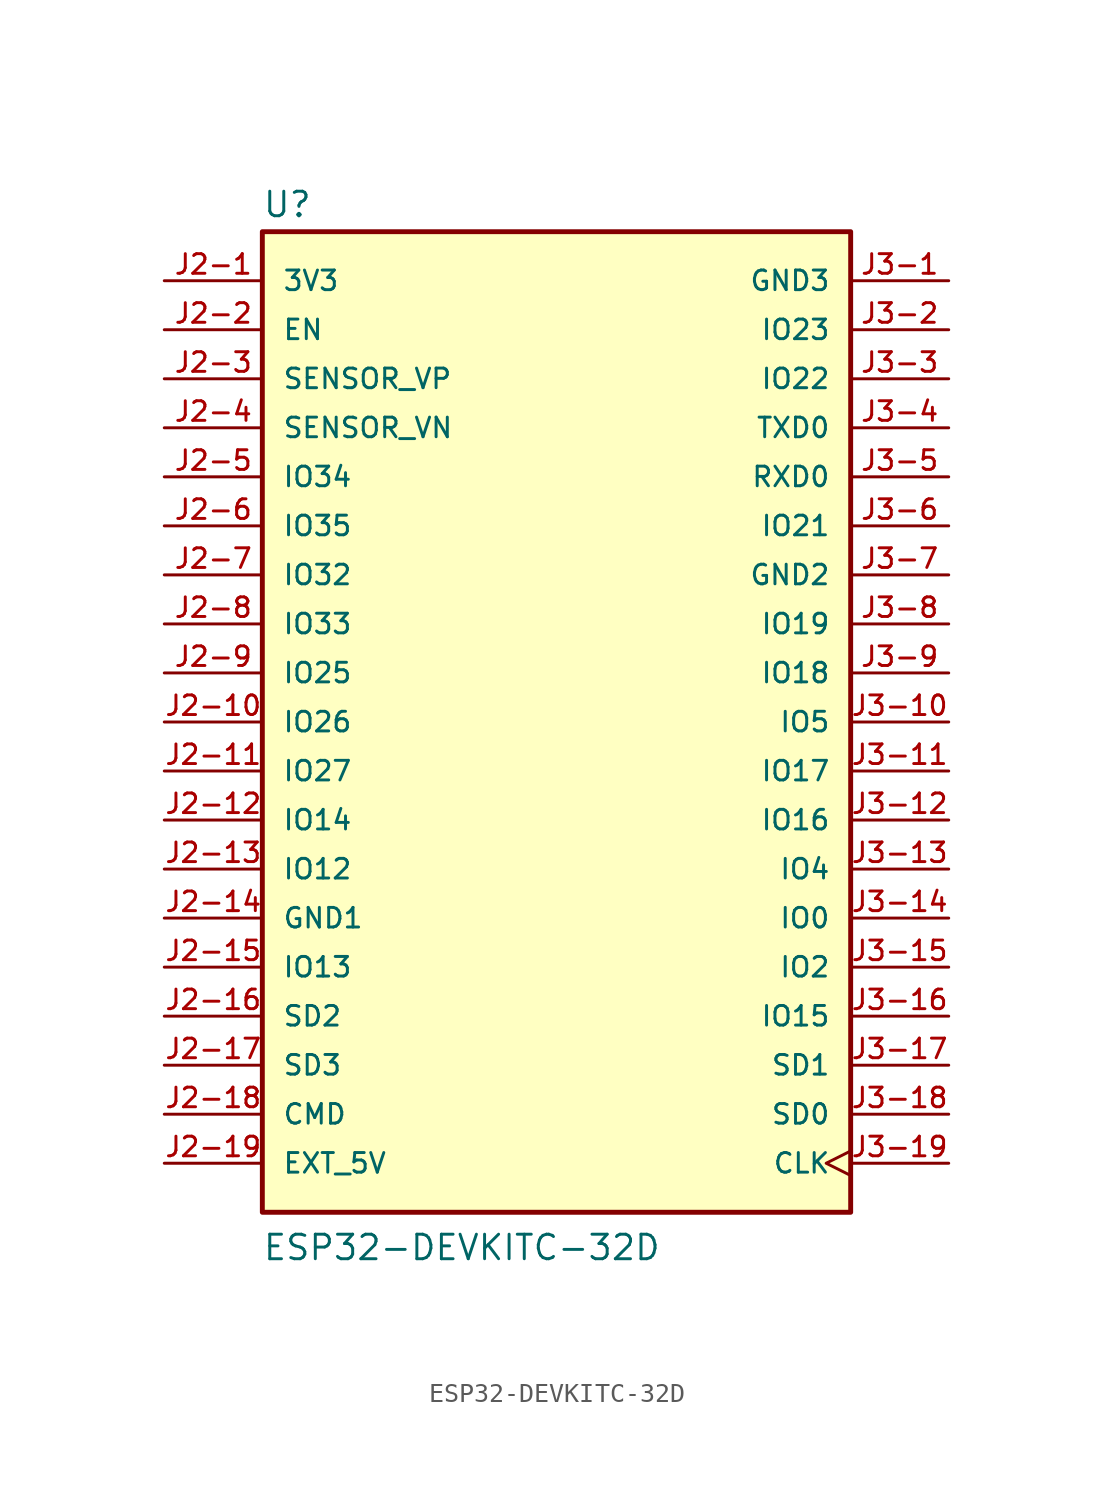
<source format=kicad_sym>
(kicad_symbol_lib
  (version 20241209)
  (generator "kicad_symbol_editor")
  (generator_version "9.0")
  (symbol "ESP32-DEVKITC-32D"
    (pin_names
      (offset 1.016))
    (property "Reference" "U"
      (at -15.257 26.064 0)
      (effects (font (size 1.27 1.27)) (justify left bottom)))
    (property "Value" "ESP32-DEVKITC-32D"
      (at -15.256 -27.97 0)
      (effects (font (size 1.27 1.27)) (justify left bottom)))
    (symbol "ESP32-DEVKITC-32D_0_0"
      (rectangle (start -15.24 25.4) (end 15.24 -25.4) (stroke (width 0.254) (type default)) (fill (type background)))
      (pin input line (at -20.32 20.32 0) (length 5.08) (name "EN" (effects (font (size 1.016 1.016)))) (number "J2-2" (effects (font (size 1.016 1.016)))))
      (pin input line (at -20.32 17.78 0) (length 5.08) (name "SENSOR_VP" (effects (font (size 1.016 1.016)))) (number "J2-3" (effects (font (size 1.016 1.016)))))
      (pin input line (at -20.32 15.24 0) (length 5.08) (name "SENSOR_VN" (effects (font (size 1.016 1.016)))) (number "J2-4" (effects (font (size 1.016 1.016)))))
      (pin bidirectional line (at -20.32 12.7 0) (length 5.08) (name "IO34" (effects (font (size 1.016 1.016)))) (number "J2-5" (effects (font (size 1.016 1.016)))))
      (pin bidirectional line (at -20.32 10.16 0) (length 5.08) (name "IO35" (effects (font (size 1.016 1.016)))) (number "J2-6" (effects (font (size 1.016 1.016)))))
      (pin bidirectional line (at -20.32 7.62 0) (length 5.08) (name "IO32" (effects (font (size 1.016 1.016)))) (number "J2-7" (effects (font (size 1.016 1.016)))))
      (pin bidirectional line (at -20.32 5.08 0) (length 5.08) (name "IO33" (effects (font (size 1.016 1.016)))) (number "J2-8" (effects (font (size 1.016 1.016)))))
      (pin bidirectional line (at -20.32 2.54 0) (length 5.08) (name "IO25" (effects (font (size 1.016 1.016)))) (number "J2-9" (effects (font (size 1.016 1.016)))))
      (pin bidirectional line (at -20.32 0 0) (length 5.08) (name "IO26" (effects (font (size 1.016 1.016)))) (number "J2-10" (effects (font (size 1.016 1.016)))))
      (pin bidirectional line (at -20.32 -2.54 0) (length 5.08) (name "IO27" (effects (font (size 1.016 1.016)))) (number "J2-11" (effects (font (size 1.016 1.016)))))
      (pin bidirectional line (at -20.32 -5.08 0) (length 5.08) (name "IO14" (effects (font (size 1.016 1.016)))) (number "J2-12" (effects (font (size 1.016 1.016)))))
      (pin bidirectional line (at -20.32 -7.62 0) (length 5.08) (name "IO12" (effects (font (size 1.016 1.016)))) (number "J2-13" (effects (font (size 1.016 1.016)))))
      (pin power_in line (at -20.32 -10.16 0) (length 5.08) (name "GND1" (effects (font (size 1.016 1.016)))) (number "J2-14" (effects (font (size 1.016 1.016)))))
      (pin bidirectional line (at -20.32 -12.7 0) (length 5.08) (name "IO13" (effects (font (size 1.016 1.016)))) (number "J2-15" (effects (font (size 1.016 1.016)))))
      (pin bidirectional line (at -20.32 -15.24 0) (length 5.08) (name "SD2" (effects (font (size 1.016 1.016)))) (number "J2-16" (effects (font (size 1.016 1.016)))))
      (pin bidirectional line (at -20.32 -17.78 0) (length 5.08) (name "SD3" (effects (font (size 1.016 1.016)))) (number "J2-17" (effects (font (size 1.016 1.016)))))
      (pin bidirectional line (at -20.32 -20.32 0) (length 5.08) (name "CMD" (effects (font (size 1.016 1.016)))) (number "J2-18" (effects (font (size 1.016 1.016)))))
      (pin power_in line (at -20.32 -22.86 0) (length 5.08) (name "EXT_5V" (effects (font (size 1.016 1.016)))) (number "J2-19" (effects (font (size 1.016 1.016)))))
      (pin power_in line (at 20.32 22.86 180) (length 5.08) (name "GND3" (effects (font (size 1.016 1.016)))) (number "J3-1" (effects (font (size 1.016 1.016)))))
      (pin bidirectional line (at 20.32 20.32 180) (length 5.08) (name "IO23" (effects (font (size 1.016 1.016)))) (number "J3-2" (effects (font (size 1.016 1.016)))))
      (pin bidirectional line (at 20.32 17.78 180) (length 5.08) (name "IO22" (effects (font (size 1.016 1.016)))) (number "J3-3" (effects (font (size 1.016 1.016)))))
      (pin output line (at 20.32 15.24 180) (length 5.08) (name "TXD0" (effects (font (size 1.016 1.016)))) (number "J3-4" (effects (font (size 1.016 1.016)))))
      (pin input line (at 20.32 12.7 180) (length 5.08) (name "RXD0" (effects (font (size 1.016 1.016)))) (number "J3-5" (effects (font (size 1.016 1.016)))))
      (pin bidirectional line (at 20.32 10.16 180) (length 5.08) (name "IO21" (effects (font (size 1.016 1.016)))) (number "J3-6" (effects (font (size 1.016 1.016)))))
      (pin power_in line (at 20.32 7.62 180) (length 5.08) (name "GND2" (effects (font (size 1.016 1.016)))) (number "J3-7" (effects (font (size 1.016 1.016)))))
      (pin bidirectional line (at 20.32 5.08 180) (length 5.08) (name "IO19" (effects (font (size 1.016 1.016)))) (number "J3-8" (effects (font (size 1.016 1.016)))))
      (pin bidirectional line (at 20.32 2.54 180) (length 5.08) (name "IO18" (effects (font (size 1.016 1.016)))) (number "J3-9" (effects (font (size 1.016 1.016)))))
      (pin bidirectional line (at 20.32 0 180) (length 5.08) (name "IO5" (effects (font (size 1.016 1.016)))) (number "J3-10" (effects (font (size 1.016 1.016)))))
      (pin bidirectional line (at 20.32 -2.54 180) (length 5.08) (name "IO17" (effects (font (size 1.016 1.016)))) (number "J3-11" (effects (font (size 1.016 1.016)))))
      (pin bidirectional line (at 20.32 -5.08 180) (length 5.08) (name "IO16" (effects (font (size 1.016 1.016)))) (number "J3-12" (effects (font (size 1.016 1.016)))))
      (pin bidirectional line (at 20.32 -7.62 180) (length 5.08) (name "IO4" (effects (font (size 1.016 1.016)))) (number "J3-13" (effects (font (size 1.016 1.016)))))
      (pin bidirectional line (at 20.32 -10.16 180) (length 5.08) (name "IO0" (effects (font (size 1.016 1.016)))) (number "J3-14" (effects (font (size 1.016 1.016)))))
      (pin bidirectional line (at 20.32 -12.7 180) (length 5.08) (name "IO2" (effects (font (size 1.016 1.016)))) (number "J3-15" (effects (font (size 1.016 1.016)))))
      (pin bidirectional line (at 20.32 -15.24 180) (length 5.08) (name "IO15" (effects (font (size 1.016 1.016)))) (number "J3-16" (effects (font (size 1.016 1.016)))))
      (pin bidirectional line (at 20.32 -17.78 180) (length 5.08) (name "SD1" (effects (font (size 1.016 1.016)))) (number "J3-17" (effects (font (size 1.016 1.016)))))
      (pin bidirectional line (at 20.32 -20.32 180) (length 5.08) (name "SD0" (effects (font (size 1.016 1.016)))) (number "J3-18" (effects (font (size 1.016 1.016)))))
      (pin input clock (at 20.32 -22.86 180) (length 5.08) (name "CLK" (effects (font (size 1.016 1.016)))) (number "J3-19" (effects (font (size 1.016 1.016))))))
    (symbol "ESP32-DEVKITC-32D_1_0"
      (pin power_out line (at -20.32 22.86 0) (length 5.08) (name "3V3" (effects (font (size 1.016 1.016)))) (number "J2-1" (effects (font (size 1.016 1.016))))))))
</source>
